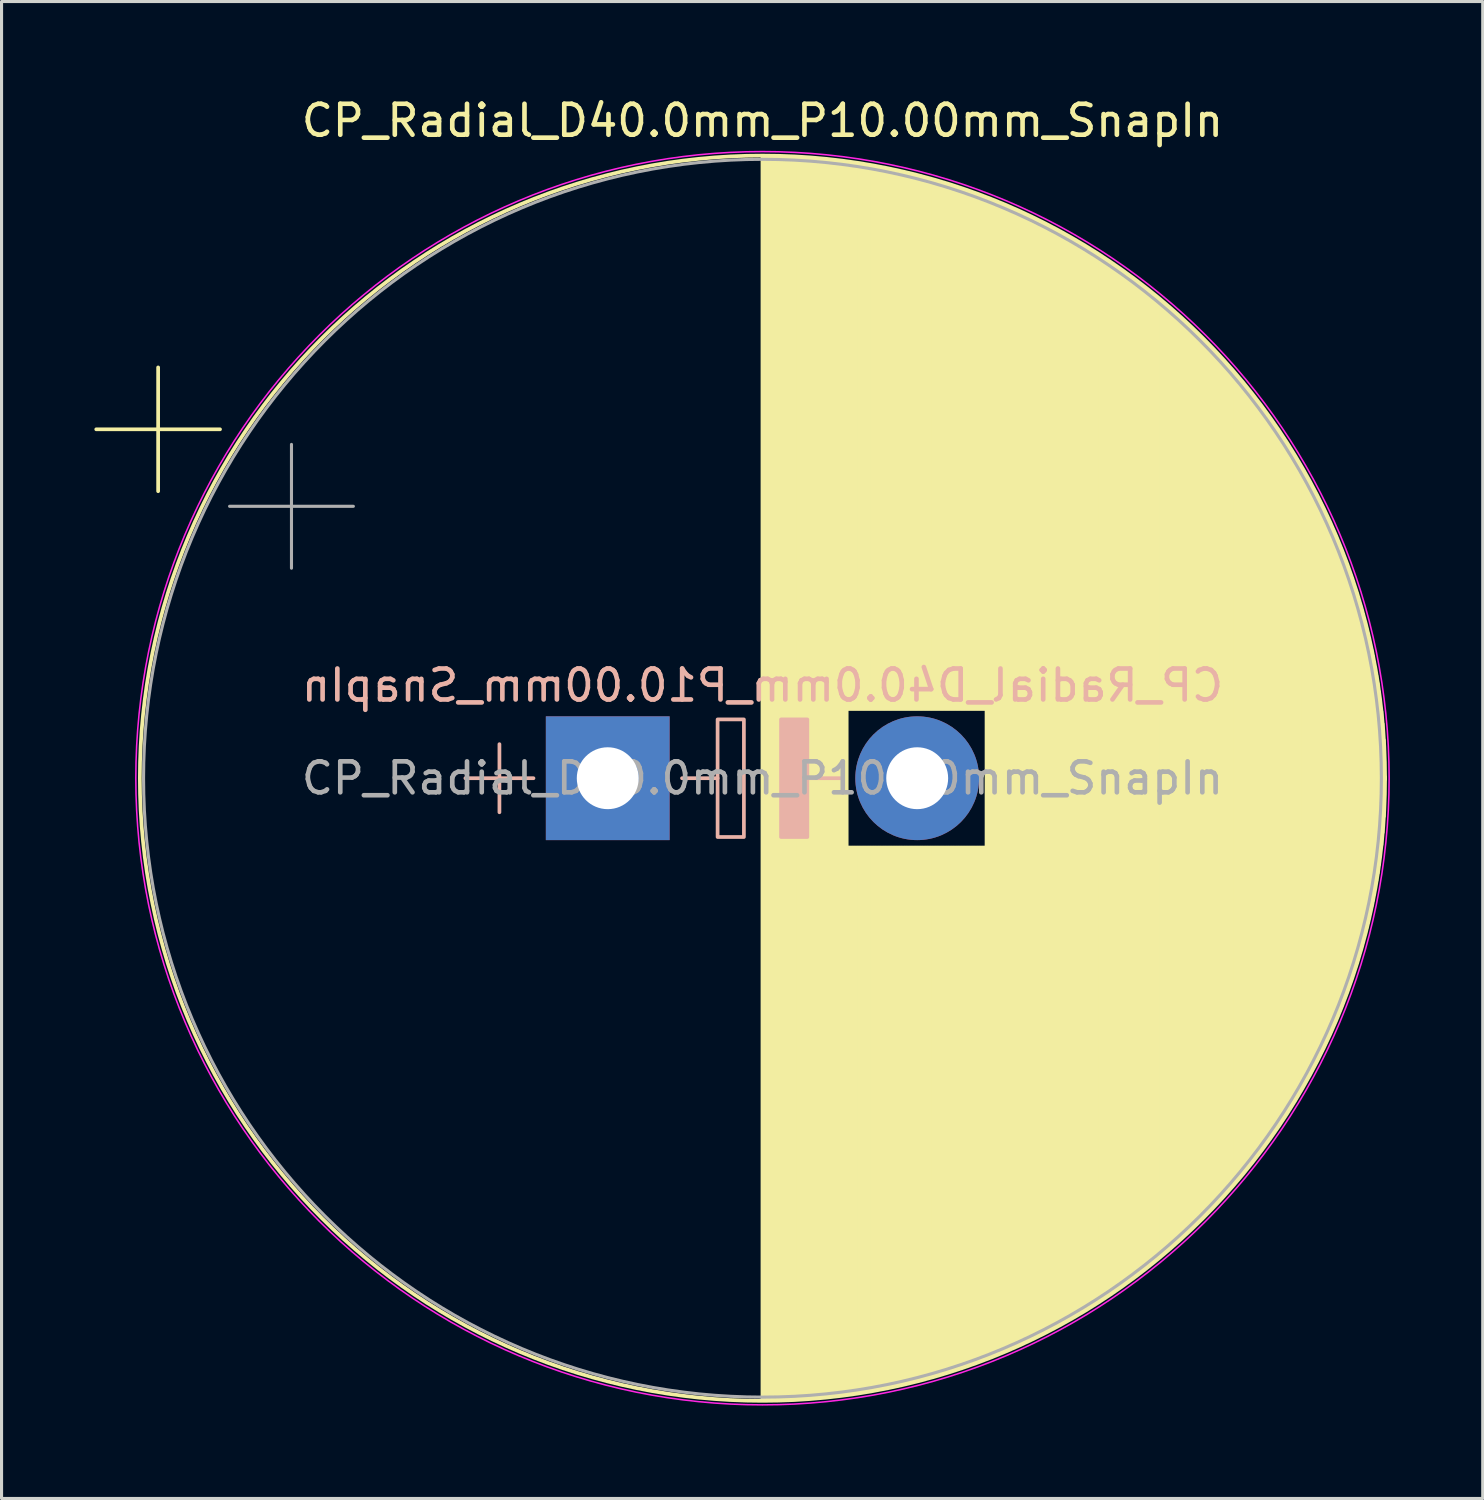
<source format=kicad_pcb>
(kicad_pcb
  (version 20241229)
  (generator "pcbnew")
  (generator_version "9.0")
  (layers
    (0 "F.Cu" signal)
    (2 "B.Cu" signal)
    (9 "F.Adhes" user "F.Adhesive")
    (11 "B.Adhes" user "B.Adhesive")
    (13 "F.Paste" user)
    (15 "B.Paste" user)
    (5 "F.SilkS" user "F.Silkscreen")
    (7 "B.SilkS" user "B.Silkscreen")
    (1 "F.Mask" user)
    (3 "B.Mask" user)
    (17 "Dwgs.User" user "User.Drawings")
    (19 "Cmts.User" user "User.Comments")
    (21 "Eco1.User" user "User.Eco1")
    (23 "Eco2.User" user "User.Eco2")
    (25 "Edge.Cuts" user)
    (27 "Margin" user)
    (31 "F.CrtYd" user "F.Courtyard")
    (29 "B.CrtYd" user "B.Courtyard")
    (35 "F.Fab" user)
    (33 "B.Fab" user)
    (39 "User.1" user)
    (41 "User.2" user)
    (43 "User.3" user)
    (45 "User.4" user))
  (footprint "CP_Radial_D40.0mm_P10.00mm_SnapIn"
    (layer "F.Cu")
    (at 16.589 22.098)
    (property "Reference" "CP_Radial_D40.0mm_P10.00mm_SnapIn" (at 5 -21.25 0) (layer "F.SilkS") (effects (font (size 1 1) (thickness 0.15))))
    (fp_line (start -16.529 -11.275) (end -12.529 -11.275) (stroke (width 0.12) (type solid)) (layer "F.SilkS"))
    (fp_line (start -14.529 -13.275) (end -14.529 -9.275) (stroke (width 0.12) (type solid)) (layer "F.SilkS"))
    (fp_line (start 5 -20.08) (end 5 20.08) (stroke (width 0.12) (type solid)) (layer "F.SilkS"))
    (fp_line (start 5.04 -20.08) (end 5.04 20.08) (stroke (width 0.12) (type solid)) (layer "F.SilkS"))
    (fp_line (start 5.08 -20.08) (end 5.08 20.08) (stroke (width 0.12) (type solid)) (layer "F.SilkS"))
    (fp_line (start 5.12 -20.08) (end 5.12 20.08) (stroke (width 0.12) (type solid)) (layer "F.SilkS"))
    (fp_line (start 5.16 -20.08) (end 5.16 20.08) (stroke (width 0.12) (type solid)) (layer "F.SilkS"))
    (fp_line (start 5.2 -20.08) (end 5.2 20.08) (stroke (width 0.12) (type solid)) (layer "F.SilkS"))
    (fp_line (start 5.24 -20.079) (end 5.24 20.079) (stroke (width 0.12) (type solid)) (layer "F.SilkS"))
    (fp_line (start 5.28 -20.079) (end 5.28 20.079) (stroke (width 0.12) (type solid)) (layer "F.SilkS"))
    (fp_line (start 5.32 -20.078) (end 5.32 20.078) (stroke (width 0.12) (type solid)) (layer "F.SilkS"))
    (fp_line (start 5.36 -20.077) (end 5.36 20.077) (stroke (width 0.12) (type solid)) (layer "F.SilkS"))
    (fp_line (start 5.4 -20.077) (end 5.4 20.077) (stroke (width 0.12) (type solid)) (layer "F.SilkS"))
    (fp_line (start 5.44 -20.076) (end 5.44 20.076) (stroke (width 0.12) (type solid)) (layer "F.SilkS"))
    (fp_line (start 5.48 -20.075) (end 5.48 20.075) (stroke (width 0.12) (type solid)) (layer "F.SilkS"))
    (fp_line (start 5.52 -20.074) (end 5.52 20.074) (stroke (width 0.12) (type solid)) (layer "F.SilkS"))
    (fp_line (start 5.56 -20.073) (end 5.56 20.073) (stroke (width 0.12) (type solid)) (layer "F.SilkS"))
    (fp_line (start 5.6 -20.072) (end 5.6 20.072) (stroke (width 0.12) (type solid)) (layer "F.SilkS"))
    (fp_line (start 5.64 -20.07) (end 5.64 20.07) (stroke (width 0.12) (type solid)) (layer "F.SilkS"))
    (fp_line (start 5.68 -20.069) (end 5.68 20.069) (stroke (width 0.12) (type solid)) (layer "F.SilkS"))
    (fp_line (start 5.721 -20.068) (end 5.721 20.068) (stroke (width 0.12) (type solid)) (layer "F.SilkS"))
    (fp_line (start 5.761 -20.066) (end 5.761 20.066) (stroke (width 0.12) (type solid)) (layer "F.SilkS"))
    (fp_line (start 5.801 -20.065) (end 5.801 20.065) (stroke (width 0.12) (type solid)) (layer "F.SilkS"))
    (fp_line (start 5.841 -20.063) (end 5.841 20.063) (stroke (width 0.12) (type solid)) (layer "F.SilkS"))
    (fp_line (start 5.881 -20.061) (end 5.881 20.061) (stroke (width 0.12) (type solid)) (layer "F.SilkS"))
    (fp_line (start 5.921 -20.059) (end 5.921 20.059) (stroke (width 0.12) (type solid)) (layer "F.SilkS"))
    (fp_line (start 5.961 -20.058) (end 5.961 20.058) (stroke (width 0.12) (type solid)) (layer "F.SilkS"))
    (fp_line (start 6.001 -20.056) (end 6.001 20.056) (stroke (width 0.12) (type solid)) (layer "F.SilkS"))
    (fp_line (start 6.041 -20.054) (end 6.041 20.054) (stroke (width 0.12) (type solid)) (layer "F.SilkS"))
    (fp_line (start 6.081 -20.051) (end 6.081 20.051) (stroke (width 0.12) (type solid)) (layer "F.SilkS"))
    (fp_line (start 6.121 -20.049) (end 6.121 20.049) (stroke (width 0.12) (type solid)) (layer "F.SilkS"))
    (fp_line (start 6.161 -20.047) (end 6.161 20.047) (stroke (width 0.12) (type solid)) (layer "F.SilkS"))
    (fp_line (start 6.201 -20.045) (end 6.201 20.045) (stroke (width 0.12) (type solid)) (layer "F.SilkS"))
    (fp_line (start 6.241 -20.042) (end 6.241 20.042) (stroke (width 0.12) (type solid)) (layer "F.SilkS"))
    (fp_line (start 6.281 -20.04) (end 6.281 20.04) (stroke (width 0.12) (type solid)) (layer "F.SilkS"))
    (fp_line (start 6.321 -20.037) (end 6.321 20.037) (stroke (width 0.12) (type solid)) (layer "F.SilkS"))
    (fp_line (start 6.361 -20.034) (end 6.361 20.034) (stroke (width 0.12) (type solid)) (layer "F.SilkS"))
    (fp_line (start 6.401 -20.032) (end 6.401 20.032) (stroke (width 0.12) (type solid)) (layer "F.SilkS"))
    (fp_line (start 6.441 -20.029) (end 6.441 20.029) (stroke (width 0.12) (type solid)) (layer "F.SilkS"))
    (fp_line (start 6.481 -20.026) (end 6.481 20.026) (stroke (width 0.12) (type solid)) (layer "F.SilkS"))
    (fp_line (start 6.521 -20.023) (end 6.521 20.023) (stroke (width 0.12) (type solid)) (layer "F.SilkS"))
    (fp_line (start 6.561 -20.02) (end 6.561 20.02) (stroke (width 0.12) (type solid)) (layer "F.SilkS"))
    (fp_line (start 6.601 -20.017) (end 6.601 20.017) (stroke (width 0.12) (type solid)) (layer "F.SilkS"))
    (fp_line (start 6.641 -20.014) (end 6.641 20.014) (stroke (width 0.12) (type solid)) (layer "F.SilkS"))
    (fp_line (start 6.681 -20.01) (end 6.681 20.01) (stroke (width 0.12) (type solid)) (layer "F.SilkS"))
    (fp_line (start 6.721 -20.007) (end 6.721 20.007) (stroke (width 0.12) (type solid)) (layer "F.SilkS"))
    (fp_line (start 6.761 -20.003) (end 6.761 20.003) (stroke (width 0.12) (type solid)) (layer "F.SilkS"))
    (fp_line (start 6.801 -20) (end 6.801 20) (stroke (width 0.12) (type solid)) (layer "F.SilkS"))
    (fp_line (start 6.841 -19.996) (end 6.841 19.996) (stroke (width 0.12) (type solid)) (layer "F.SilkS"))
    (fp_line (start 6.881 -19.992) (end 6.881 19.992) (stroke (width 0.12) (type solid)) (layer "F.SilkS"))
    (fp_line (start 6.921 -19.989) (end 6.921 19.989) (stroke (width 0.12) (type solid)) (layer "F.SilkS"))
    (fp_line (start 6.961 -19.985) (end 6.961 19.985) (stroke (width 0.12) (type solid)) (layer "F.SilkS"))
    (fp_line (start 7.001 -19.981) (end 7.001 19.981) (stroke (width 0.12) (type solid)) (layer "F.SilkS"))
    (fp_line (start 7.041 -19.977) (end 7.041 19.977) (stroke (width 0.12) (type solid)) (layer "F.SilkS"))
    (fp_line (start 7.081 -19.973) (end 7.081 19.973) (stroke (width 0.12) (type solid)) (layer "F.SilkS"))
    (fp_line (start 7.121 -19.968) (end 7.121 19.968) (stroke (width 0.12) (type solid)) (layer "F.SilkS"))
    (fp_line (start 7.161 -19.964) (end 7.161 19.964) (stroke (width 0.12) (type solid)) (layer "F.SilkS"))
    (fp_line (start 7.201 -19.96) (end 7.201 19.96) (stroke (width 0.12) (type solid)) (layer "F.SilkS"))
    (fp_line (start 7.241 -19.955) (end 7.241 19.955) (stroke (width 0.12) (type solid)) (layer "F.SilkS"))
    (fp_line (start 7.281 -19.951) (end 7.281 19.951) (stroke (width 0.12) (type solid)) (layer "F.SilkS"))
    (fp_line (start 7.321 -19.946) (end 7.321 19.946) (stroke (width 0.12) (type solid)) (layer "F.SilkS"))
    (fp_line (start 7.361 -19.942) (end 7.361 19.942) (stroke (width 0.12) (type solid)) (layer "F.SilkS"))
    (fp_line (start 7.401 -19.937) (end 7.401 19.937) (stroke (width 0.12) (type solid)) (layer "F.SilkS"))
    (fp_line (start 7.441 -19.932) (end 7.441 19.932) (stroke (width 0.12) (type solid)) (layer "F.SilkS"))
    (fp_line (start 7.481 -19.927) (end 7.481 19.927) (stroke (width 0.12) (type solid)) (layer "F.SilkS"))
    (fp_line (start 7.521 -19.922) (end 7.521 19.922) (stroke (width 0.12) (type solid)) (layer "F.SilkS"))
    (fp_line (start 7.561 -19.917) (end 7.561 19.917) (stroke (width 0.12) (type solid)) (layer "F.SilkS"))
    (fp_line (start 7.601 -19.912) (end 7.601 19.912) (stroke (width 0.12) (type solid)) (layer "F.SilkS"))
    (fp_line (start 7.641 -19.907) (end 7.641 19.907) (stroke (width 0.12) (type solid)) (layer "F.SilkS"))
    (fp_line (start 7.681 -19.901) (end 7.681 19.901) (stroke (width 0.12) (type solid)) (layer "F.SilkS"))
    (fp_line (start 7.721 -19.896) (end 7.721 19.896) (stroke (width 0.12) (type solid)) (layer "F.SilkS"))
    (fp_line (start 7.761 -19.89) (end 7.761 -2.24) (stroke (width 0.12) (type solid)) (layer "F.SilkS"))
    (fp_line (start 7.761 2.24) (end 7.761 19.89) (stroke (width 0.12) (type solid)) (layer "F.SilkS"))
    (fp_line (start 7.801 -19.885) (end 7.801 -2.24) (stroke (width 0.12) (type solid)) (layer "F.SilkS"))
    (fp_line (start 7.801 2.24) (end 7.801 19.885) (stroke (width 0.12) (type solid)) (layer "F.SilkS"))
    (fp_line (start 7.841 -19.879) (end 7.841 -2.24) (stroke (width 0.12) (type solid)) (layer "F.SilkS"))
    (fp_line (start 7.841 2.24) (end 7.841 19.879) (stroke (width 0.12) (type solid)) (layer "F.SilkS"))
    (fp_line (start 7.881 -19.873) (end 7.881 -2.24) (stroke (width 0.12) (type solid)) (layer "F.SilkS"))
    (fp_line (start 7.881 2.24) (end 7.881 19.873) (stroke (width 0.12) (type solid)) (layer "F.SilkS"))
    (fp_line (start 7.921 -19.867) (end 7.921 -2.24) (stroke (width 0.12) (type solid)) (layer "F.SilkS"))
    (fp_line (start 7.921 2.24) (end 7.921 19.867) (stroke (width 0.12) (type solid)) (layer "F.SilkS"))
    (fp_line (start 7.961 -19.862) (end 7.961 -2.24) (stroke (width 0.12) (type solid)) (layer "F.SilkS"))
    (fp_line (start 7.961 2.24) (end 7.961 19.862) (stroke (width 0.12) (type solid)) (layer "F.SilkS"))
    (fp_line (start 8.001 -19.856) (end 8.001 -2.24) (stroke (width 0.12) (type solid)) (layer "F.SilkS"))
    (fp_line (start 8.001 2.24) (end 8.001 19.856) (stroke (width 0.12) (type solid)) (layer "F.SilkS"))
    (fp_line (start 8.041 -19.85) (end 8.041 -2.24) (stroke (width 0.12) (type solid)) (layer "F.SilkS"))
    (fp_line (start 8.041 2.24) (end 8.041 19.85) (stroke (width 0.12) (type solid)) (layer "F.SilkS"))
    (fp_line (start 8.081 -19.843) (end 8.081 -2.24) (stroke (width 0.12) (type solid)) (layer "F.SilkS"))
    (fp_line (start 8.081 2.24) (end 8.081 19.843) (stroke (width 0.12) (type solid)) (layer "F.SilkS"))
    (fp_line (start 8.121 -19.837) (end 8.121 -2.24) (stroke (width 0.12) (type solid)) (layer "F.SilkS"))
    (fp_line (start 8.121 2.24) (end 8.121 19.837) (stroke (width 0.12) (type solid)) (layer "F.SilkS"))
    (fp_line (start 8.161 -19.831) (end 8.161 -2.24) (stroke (width 0.12) (type solid)) (layer "F.SilkS"))
    (fp_line (start 8.161 2.24) (end 8.161 19.831) (stroke (width 0.12) (type solid)) (layer "F.SilkS"))
    (fp_line (start 8.201 -19.824) (end 8.201 -2.24) (stroke (width 0.12) (type solid)) (layer "F.SilkS"))
    (fp_line (start 8.201 2.24) (end 8.201 19.824) (stroke (width 0.12) (type solid)) (layer "F.SilkS"))
    (fp_line (start 8.241 -19.818) (end 8.241 -2.24) (stroke (width 0.12) (type solid)) (layer "F.SilkS"))
    (fp_line (start 8.241 2.24) (end 8.241 19.818) (stroke (width 0.12) (type solid)) (layer "F.SilkS"))
    (fp_line (start 8.281 -19.811) (end 8.281 -2.24) (stroke (width 0.12) (type solid)) (layer "F.SilkS"))
    (fp_line (start 8.281 2.24) (end 8.281 19.811) (stroke (width 0.12) (type solid)) (layer "F.SilkS"))
    (fp_line (start 8.321 -19.805) (end 8.321 -2.24) (stroke (width 0.12) (type solid)) (layer "F.SilkS"))
    (fp_line (start 8.321 2.24) (end 8.321 19.805) (stroke (width 0.12) (type solid)) (layer "F.SilkS"))
    (fp_line (start 8.361 -19.798) (end 8.361 -2.24) (stroke (width 0.12) (type solid)) (layer "F.SilkS"))
    (fp_line (start 8.361 2.24) (end 8.361 19.798) (stroke (width 0.12) (type solid)) (layer "F.SilkS"))
    (fp_line (start 8.401 -19.791) (end 8.401 -2.24) (stroke (width 0.12) (type solid)) (layer "F.SilkS"))
    (fp_line (start 8.401 2.24) (end 8.401 19.791) (stroke (width 0.12) (type solid)) (layer "F.SilkS"))
    (fp_line (start 8.441 -19.784) (end 8.441 -2.24) (stroke (width 0.12) (type solid)) (layer "F.SilkS"))
    (fp_line (start 8.441 2.24) (end 8.441 19.784) (stroke (width 0.12) (type solid)) (layer "F.SilkS"))
    (fp_line (start 8.481 -19.777) (end 8.481 -2.24) (stroke (width 0.12) (type solid)) (layer "F.SilkS"))
    (fp_line (start 8.481 2.24) (end 8.481 19.777) (stroke (width 0.12) (type solid)) (layer "F.SilkS"))
    (fp_line (start 8.521 -19.77) (end 8.521 -2.24) (stroke (width 0.12) (type solid)) (layer "F.SilkS"))
    (fp_line (start 8.521 2.24) (end 8.521 19.77) (stroke (width 0.12) (type solid)) (layer "F.SilkS"))
    (fp_line (start 8.561 -19.763) (end 8.561 -2.24) (stroke (width 0.12) (type solid)) (layer "F.SilkS"))
    (fp_line (start 8.561 2.24) (end 8.561 19.763) (stroke (width 0.12) (type solid)) (layer "F.SilkS"))
    (fp_line (start 8.601 -19.756) (end 8.601 -2.24) (stroke (width 0.12) (type solid)) (layer "F.SilkS"))
    (fp_line (start 8.601 2.24) (end 8.601 19.756) (stroke (width 0.12) (type solid)) (layer "F.SilkS"))
    (fp_line (start 8.641 -19.748) (end 8.641 -2.24) (stroke (width 0.12) (type solid)) (layer "F.SilkS"))
    (fp_line (start 8.641 2.24) (end 8.641 19.748) (stroke (width 0.12) (type solid)) (layer "F.SilkS"))
    (fp_line (start 8.681 -19.741) (end 8.681 -2.24) (stroke (width 0.12) (type solid)) (layer "F.SilkS"))
    (fp_line (start 8.681 2.24) (end 8.681 19.741) (stroke (width 0.12) (type solid)) (layer "F.SilkS"))
    (fp_line (start 8.721 -19.734) (end 8.721 -2.24) (stroke (width 0.12) (type solid)) (layer "F.SilkS"))
    (fp_line (start 8.721 2.24) (end 8.721 19.734) (stroke (width 0.12) (type solid)) (layer "F.SilkS"))
    (fp_line (start 8.761 -19.726) (end 8.761 -2.24) (stroke (width 0.12) (type solid)) (layer "F.SilkS"))
    (fp_line (start 8.761 2.24) (end 8.761 19.726) (stroke (width 0.12) (type solid)) (layer "F.SilkS"))
    (fp_line (start 8.801 -19.718) (end 8.801 -2.24) (stroke (width 0.12) (type solid)) (layer "F.SilkS"))
    (fp_line (start 8.801 2.24) (end 8.801 19.718) (stroke (width 0.12) (type solid)) (layer "F.SilkS"))
    (fp_line (start 8.841 -19.711) (end 8.841 -2.24) (stroke (width 0.12) (type solid)) (layer "F.SilkS"))
    (fp_line (start 8.841 2.24) (end 8.841 19.711) (stroke (width 0.12) (type solid)) (layer "F.SilkS"))
    (fp_line (start 8.881 -19.703) (end 8.881 -2.24) (stroke (width 0.12) (type solid)) (layer "F.SilkS"))
    (fp_line (start 8.881 2.24) (end 8.881 19.703) (stroke (width 0.12) (type solid)) (layer "F.SilkS"))
    (fp_line (start 8.921 -19.695) (end 8.921 -2.24) (stroke (width 0.12) (type solid)) (layer "F.SilkS"))
    (fp_line (start 8.921 2.24) (end 8.921 19.695) (stroke (width 0.12) (type solid)) (layer "F.SilkS"))
    (fp_line (start 8.961 -19.687) (end 8.961 -2.24) (stroke (width 0.12) (type solid)) (layer "F.SilkS"))
    (fp_line (start 8.961 2.24) (end 8.961 19.687) (stroke (width 0.12) (type solid)) (layer "F.SilkS"))
    (fp_line (start 9.001 -19.679) (end 9.001 -2.24) (stroke (width 0.12) (type solid)) (layer "F.SilkS"))
    (fp_line (start 9.001 2.24) (end 9.001 19.679) (stroke (width 0.12) (type solid)) (layer "F.SilkS"))
    (fp_line (start 9.041 -19.671) (end 9.041 -2.24) (stroke (width 0.12) (type solid)) (layer "F.SilkS"))
    (fp_line (start 9.041 2.24) (end 9.041 19.671) (stroke (width 0.12) (type solid)) (layer "F.SilkS"))
    (fp_line (start 9.081 -19.662) (end 9.081 -2.24) (stroke (width 0.12) (type solid)) (layer "F.SilkS"))
    (fp_line (start 9.081 2.24) (end 9.081 19.662) (stroke (width 0.12) (type solid)) (layer "F.SilkS"))
    (fp_line (start 9.121 -19.654) (end 9.121 -2.24) (stroke (width 0.12) (type solid)) (layer "F.SilkS"))
    (fp_line (start 9.121 2.24) (end 9.121 19.654) (stroke (width 0.12) (type solid)) (layer "F.SilkS"))
    (fp_line (start 9.161 -19.646) (end 9.161 -2.24) (stroke (width 0.12) (type solid)) (layer "F.SilkS"))
    (fp_line (start 9.161 2.24) (end 9.161 19.646) (stroke (width 0.12) (type solid)) (layer "F.SilkS"))
    (fp_line (start 9.201 -19.637) (end 9.201 -2.24) (stroke (width 0.12) (type solid)) (layer "F.SilkS"))
    (fp_line (start 9.201 2.24) (end 9.201 19.637) (stroke (width 0.12) (type solid)) (layer "F.SilkS"))
    (fp_line (start 9.241 -19.629) (end 9.241 -2.24) (stroke (width 0.12) (type solid)) (layer "F.SilkS"))
    (fp_line (start 9.241 2.24) (end 9.241 19.629) (stroke (width 0.12) (type solid)) (layer "F.SilkS"))
    (fp_line (start 9.281 -19.62) (end 9.281 -2.24) (stroke (width 0.12) (type solid)) (layer "F.SilkS"))
    (fp_line (start 9.281 2.24) (end 9.281 19.62) (stroke (width 0.12) (type solid)) (layer "F.SilkS"))
    (fp_line (start 9.321 -19.611) (end 9.321 -2.24) (stroke (width 0.12) (type solid)) (layer "F.SilkS"))
    (fp_line (start 9.321 2.24) (end 9.321 19.611) (stroke (width 0.12) (type solid)) (layer "F.SilkS"))
    (fp_line (start 9.361 -19.602) (end 9.361 -2.24) (stroke (width 0.12) (type solid)) (layer "F.SilkS"))
    (fp_line (start 9.361 2.24) (end 9.361 19.602) (stroke (width 0.12) (type solid)) (layer "F.SilkS"))
    (fp_line (start 9.401 -19.593) (end 9.401 -2.24) (stroke (width 0.12) (type solid)) (layer "F.SilkS"))
    (fp_line (start 9.401 2.24) (end 9.401 19.593) (stroke (width 0.12) (type solid)) (layer "F.SilkS"))
    (fp_line (start 9.441 -19.584) (end 9.441 -2.24) (stroke (width 0.12) (type solid)) (layer "F.SilkS"))
    (fp_line (start 9.441 2.24) (end 9.441 19.584) (stroke (width 0.12) (type solid)) (layer "F.SilkS"))
    (fp_line (start 9.481 -19.575) (end 9.481 -2.24) (stroke (width 0.12) (type solid)) (layer "F.SilkS"))
    (fp_line (start 9.481 2.24) (end 9.481 19.575) (stroke (width 0.12) (type solid)) (layer "F.SilkS"))
    (fp_line (start 9.521 -19.566) (end 9.521 -2.24) (stroke (width 0.12) (type solid)) (layer "F.SilkS"))
    (fp_line (start 9.521 2.24) (end 9.521 19.566) (stroke (width 0.12) (type solid)) (layer "F.SilkS"))
    (fp_line (start 9.561 -19.557) (end 9.561 -2.24) (stroke (width 0.12) (type solid)) (layer "F.SilkS"))
    (fp_line (start 9.561 2.24) (end 9.561 19.557) (stroke (width 0.12) (type solid)) (layer "F.SilkS"))
    (fp_line (start 9.601 -19.548) (end 9.601 -2.24) (stroke (width 0.12) (type solid)) (layer "F.SilkS"))
    (fp_line (start 9.601 2.24) (end 9.601 19.548) (stroke (width 0.12) (type solid)) (layer "F.SilkS"))
    (fp_line (start 9.641 -19.538) (end 9.641 -2.24) (stroke (width 0.12) (type solid)) (layer "F.SilkS"))
    (fp_line (start 9.641 2.24) (end 9.641 19.538) (stroke (width 0.12) (type solid)) (layer "F.SilkS"))
    (fp_line (start 9.681 -19.529) (end 9.681 -2.24) (stroke (width 0.12) (type solid)) (layer "F.SilkS"))
    (fp_line (start 9.681 2.24) (end 9.681 19.529) (stroke (width 0.12) (type solid)) (layer "F.SilkS"))
    (fp_line (start 9.721 -19.519) (end 9.721 -2.24) (stroke (width 0.12) (type solid)) (layer "F.SilkS"))
    (fp_line (start 9.721 2.24) (end 9.721 19.519) (stroke (width 0.12) (type solid)) (layer "F.SilkS"))
    (fp_line (start 9.761 -19.509) (end 9.761 -2.24) (stroke (width 0.12) (type solid)) (layer "F.SilkS"))
    (fp_line (start 9.761 2.24) (end 9.761 19.509) (stroke (width 0.12) (type solid)) (layer "F.SilkS"))
    (fp_line (start 9.801 -19.5) (end 9.801 -2.24) (stroke (width 0.12) (type solid)) (layer "F.SilkS"))
    (fp_line (start 9.801 2.24) (end 9.801 19.5) (stroke (width 0.12) (type solid)) (layer "F.SilkS"))
    (fp_line (start 9.841 -19.49) (end 9.841 -2.24) (stroke (width 0.12) (type solid)) (layer "F.SilkS"))
    (fp_line (start 9.841 2.24) (end 9.841 19.49) (stroke (width 0.12) (type solid)) (layer "F.SilkS"))
    (fp_line (start 9.881 -19.48) (end 9.881 -2.24) (stroke (width 0.12) (type solid)) (layer "F.SilkS"))
    (fp_line (start 9.881 2.24) (end 9.881 19.48) (stroke (width 0.12) (type solid)) (layer "F.SilkS"))
    (fp_line (start 9.921 -19.47) (end 9.921 -2.24) (stroke (width 0.12) (type solid)) (layer "F.SilkS"))
    (fp_line (start 9.921 2.24) (end 9.921 19.47) (stroke (width 0.12) (type solid)) (layer "F.SilkS"))
    (fp_line (start 9.961 -19.46) (end 9.961 -2.24) (stroke (width 0.12) (type solid)) (layer "F.SilkS"))
    (fp_line (start 9.961 2.24) (end 9.961 19.46) (stroke (width 0.12) (type solid)) (layer "F.SilkS"))
    (fp_line (start 10.001 -19.449) (end 10.001 -2.24) (stroke (width 0.12) (type solid)) (layer "F.SilkS"))
    (fp_line (start 10.001 2.24) (end 10.001 19.449) (stroke (width 0.12) (type solid)) (layer "F.SilkS"))
    (fp_line (start 10.041 -19.439) (end 10.041 -2.24) (stroke (width 0.12) (type solid)) (layer "F.SilkS"))
    (fp_line (start 10.041 2.24) (end 10.041 19.439) (stroke (width 0.12) (type solid)) (layer "F.SilkS"))
    (fp_line (start 10.081 -19.429) (end 10.081 -2.24) (stroke (width 0.12) (type solid)) (layer "F.SilkS"))
    (fp_line (start 10.081 2.24) (end 10.081 19.429) (stroke (width 0.12) (type solid)) (layer "F.SilkS"))
    (fp_line (start 10.121 -19.418) (end 10.121 -2.24) (stroke (width 0.12) (type solid)) (layer "F.SilkS"))
    (fp_line (start 10.121 2.24) (end 10.121 19.418) (stroke (width 0.12) (type solid)) (layer "F.SilkS"))
    (fp_line (start 10.161 -19.408) (end 10.161 -2.24) (stroke (width 0.12) (type solid)) (layer "F.SilkS"))
    (fp_line (start 10.161 2.24) (end 10.161 19.408) (stroke (width 0.12) (type solid)) (layer "F.SilkS"))
    (fp_line (start 10.201 -19.397) (end 10.201 -2.24) (stroke (width 0.12) (type solid)) (layer "F.SilkS"))
    (fp_line (start 10.201 2.24) (end 10.201 19.397) (stroke (width 0.12) (type solid)) (layer "F.SilkS"))
    (fp_line (start 10.241 -19.386) (end 10.241 -2.24) (stroke (width 0.12) (type solid)) (layer "F.SilkS"))
    (fp_line (start 10.241 2.24) (end 10.241 19.386) (stroke (width 0.12) (type solid)) (layer "F.SilkS"))
    (fp_line (start 10.281 -19.375) (end 10.281 -2.24) (stroke (width 0.12) (type solid)) (layer "F.SilkS"))
    (fp_line (start 10.281 2.24) (end 10.281 19.375) (stroke (width 0.12) (type solid)) (layer "F.SilkS"))
    (fp_line (start 10.321 -19.364) (end 10.321 -2.24) (stroke (width 0.12) (type solid)) (layer "F.SilkS"))
    (fp_line (start 10.321 2.24) (end 10.321 19.364) (stroke (width 0.12) (type solid)) (layer "F.SilkS"))
    (fp_line (start 10.361 -19.353) (end 10.361 -2.24) (stroke (width 0.12) (type solid)) (layer "F.SilkS"))
    (fp_line (start 10.361 2.24) (end 10.361 19.353) (stroke (width 0.12) (type solid)) (layer "F.SilkS"))
    (fp_line (start 10.401 -19.342) (end 10.401 -2.24) (stroke (width 0.12) (type solid)) (layer "F.SilkS"))
    (fp_line (start 10.401 2.24) (end 10.401 19.342) (stroke (width 0.12) (type solid)) (layer "F.SilkS"))
    (fp_line (start 10.441 -19.331) (end 10.441 -2.24) (stroke (width 0.12) (type solid)) (layer "F.SilkS"))
    (fp_line (start 10.441 2.24) (end 10.441 19.331) (stroke (width 0.12) (type solid)) (layer "F.SilkS"))
    (fp_line (start 10.481 -19.32) (end 10.481 -2.24) (stroke (width 0.12) (type solid)) (layer "F.SilkS"))
    (fp_line (start 10.481 2.24) (end 10.481 19.32) (stroke (width 0.12) (type solid)) (layer "F.SilkS"))
    (fp_line (start 10.521 -19.308) (end 10.521 -2.24) (stroke (width 0.12) (type solid)) (layer "F.SilkS"))
    (fp_line (start 10.521 2.24) (end 10.521 19.308) (stroke (width 0.12) (type solid)) (layer "F.SilkS"))
    (fp_line (start 10.561 -19.297) (end 10.561 -2.24) (stroke (width 0.12) (type solid)) (layer "F.SilkS"))
    (fp_line (start 10.561 2.24) (end 10.561 19.297) (stroke (width 0.12) (type solid)) (layer "F.SilkS"))
    (fp_line (start 10.601 -19.285) (end 10.601 -2.24) (stroke (width 0.12) (type solid)) (layer "F.SilkS"))
    (fp_line (start 10.601 2.24) (end 10.601 19.285) (stroke (width 0.12) (type solid)) (layer "F.SilkS"))
    (fp_line (start 10.641 -19.274) (end 10.641 -2.24) (stroke (width 0.12) (type solid)) (layer "F.SilkS"))
    (fp_line (start 10.641 2.24) (end 10.641 19.274) (stroke (width 0.12) (type solid)) (layer "F.SilkS"))
    (fp_line (start 10.681 -19.262) (end 10.681 -2.24) (stroke (width 0.12) (type solid)) (layer "F.SilkS"))
    (fp_line (start 10.681 2.24) (end 10.681 19.262) (stroke (width 0.12) (type solid)) (layer "F.SilkS"))
    (fp_line (start 10.721 -19.25) (end 10.721 -2.24) (stroke (width 0.12) (type solid)) (layer "F.SilkS"))
    (fp_line (start 10.721 2.24) (end 10.721 19.25) (stroke (width 0.12) (type solid)) (layer "F.SilkS"))
    (fp_line (start 10.761 -19.238) (end 10.761 -2.24) (stroke (width 0.12) (type solid)) (layer "F.SilkS"))
    (fp_line (start 10.761 2.24) (end 10.761 19.238) (stroke (width 0.12) (type solid)) (layer "F.SilkS"))
    (fp_line (start 10.801 -19.226) (end 10.801 -2.24) (stroke (width 0.12) (type solid)) (layer "F.SilkS"))
    (fp_line (start 10.801 2.24) (end 10.801 19.226) (stroke (width 0.12) (type solid)) (layer "F.SilkS"))
    (fp_line (start 10.841 -19.214) (end 10.841 -2.24) (stroke (width 0.12) (type solid)) (layer "F.SilkS"))
    (fp_line (start 10.841 2.24) (end 10.841 19.214) (stroke (width 0.12) (type solid)) (layer "F.SilkS"))
    (fp_line (start 10.881 -19.202) (end 10.881 -2.24) (stroke (width 0.12) (type solid)) (layer "F.SilkS"))
    (fp_line (start 10.881 2.24) (end 10.881 19.202) (stroke (width 0.12) (type solid)) (layer "F.SilkS"))
    (fp_line (start 10.921 -19.19) (end 10.921 -2.24) (stroke (width 0.12) (type solid)) (layer "F.SilkS"))
    (fp_line (start 10.921 2.24) (end 10.921 19.19) (stroke (width 0.12) (type solid)) (layer "F.SilkS"))
    (fp_line (start 10.961 -19.177) (end 10.961 -2.24) (stroke (width 0.12) (type solid)) (layer "F.SilkS"))
    (fp_line (start 10.961 2.24) (end 10.961 19.177) (stroke (width 0.12) (type solid)) (layer "F.SilkS"))
    (fp_line (start 11.001 -19.165) (end 11.001 -2.24) (stroke (width 0.12) (type solid)) (layer "F.SilkS"))
    (fp_line (start 11.001 2.24) (end 11.001 19.165) (stroke (width 0.12) (type solid)) (layer "F.SilkS"))
    (fp_line (start 11.041 -19.152) (end 11.041 -2.24) (stroke (width 0.12) (type solid)) (layer "F.SilkS"))
    (fp_line (start 11.041 2.24) (end 11.041 19.152) (stroke (width 0.12) (type solid)) (layer "F.SilkS"))
    (fp_line (start 11.081 -19.14) (end 11.081 -2.24) (stroke (width 0.12) (type solid)) (layer "F.SilkS"))
    (fp_line (start 11.081 2.24) (end 11.081 19.14) (stroke (width 0.12) (type solid)) (layer "F.SilkS"))
    (fp_line (start 11.121 -19.127) (end 11.121 -2.24) (stroke (width 0.12) (type solid)) (layer "F.SilkS"))
    (fp_line (start 11.121 2.24) (end 11.121 19.127) (stroke (width 0.12) (type solid)) (layer "F.SilkS"))
    (fp_line (start 11.161 -19.114) (end 11.161 -2.24) (stroke (width 0.12) (type solid)) (layer "F.SilkS"))
    (fp_line (start 11.161 2.24) (end 11.161 19.114) (stroke (width 0.12) (type solid)) (layer "F.SilkS"))
    (fp_line (start 11.201 -19.101) (end 11.201 -2.24) (stroke (width 0.12) (type solid)) (layer "F.SilkS"))
    (fp_line (start 11.201 2.24) (end 11.201 19.101) (stroke (width 0.12) (type solid)) (layer "F.SilkS"))
    (fp_line (start 11.241 -19.088) (end 11.241 -2.24) (stroke (width 0.12) (type solid)) (layer "F.SilkS"))
    (fp_line (start 11.241 2.24) (end 11.241 19.088) (stroke (width 0.12) (type solid)) (layer "F.SilkS"))
    (fp_line (start 11.281 -19.075) (end 11.281 -2.24) (stroke (width 0.12) (type solid)) (layer "F.SilkS"))
    (fp_line (start 11.281 2.24) (end 11.281 19.075) (stroke (width 0.12) (type solid)) (layer "F.SilkS"))
    (fp_line (start 11.321 -19.062) (end 11.321 -2.24) (stroke (width 0.12) (type solid)) (layer "F.SilkS"))
    (fp_line (start 11.321 2.24) (end 11.321 19.062) (stroke (width 0.12) (type solid)) (layer "F.SilkS"))
    (fp_line (start 11.361 -19.049) (end 11.361 -2.24) (stroke (width 0.12) (type solid)) (layer "F.SilkS"))
    (fp_line (start 11.361 2.24) (end 11.361 19.049) (stroke (width 0.12) (type solid)) (layer "F.SilkS"))
    (fp_line (start 11.401 -19.035) (end 11.401 -2.24) (stroke (width 0.12) (type solid)) (layer "F.SilkS"))
    (fp_line (start 11.401 2.24) (end 11.401 19.035) (stroke (width 0.12) (type solid)) (layer "F.SilkS"))
    (fp_line (start 11.441 -19.022) (end 11.441 -2.24) (stroke (width 0.12) (type solid)) (layer "F.SilkS"))
    (fp_line (start 11.441 2.24) (end 11.441 19.022) (stroke (width 0.12) (type solid)) (layer "F.SilkS"))
    (fp_line (start 11.481 -19.008) (end 11.481 -2.24) (stroke (width 0.12) (type solid)) (layer "F.SilkS"))
    (fp_line (start 11.481 2.24) (end 11.481 19.008) (stroke (width 0.12) (type solid)) (layer "F.SilkS"))
    (fp_line (start 11.521 -18.995) (end 11.521 -2.24) (stroke (width 0.12) (type solid)) (layer "F.SilkS"))
    (fp_line (start 11.521 2.24) (end 11.521 18.995) (stroke (width 0.12) (type solid)) (layer "F.SilkS"))
    (fp_line (start 11.561 -18.981) (end 11.561 -2.24) (stroke (width 0.12) (type solid)) (layer "F.SilkS"))
    (fp_line (start 11.561 2.24) (end 11.561 18.981) (stroke (width 0.12) (type solid)) (layer "F.SilkS"))
    (fp_line (start 11.601 -18.967) (end 11.601 -2.24) (stroke (width 0.12) (type solid)) (layer "F.SilkS"))
    (fp_line (start 11.601 2.24) (end 11.601 18.967) (stroke (width 0.12) (type solid)) (layer "F.SilkS"))
    (fp_line (start 11.641 -18.953) (end 11.641 -2.24) (stroke (width 0.12) (type solid)) (layer "F.SilkS"))
    (fp_line (start 11.641 2.24) (end 11.641 18.953) (stroke (width 0.12) (type solid)) (layer "F.SilkS"))
    (fp_line (start 11.681 -18.939) (end 11.681 -2.24) (stroke (width 0.12) (type solid)) (layer "F.SilkS"))
    (fp_line (start 11.681 2.24) (end 11.681 18.939) (stroke (width 0.12) (type solid)) (layer "F.SilkS"))
    (fp_line (start 11.721 -18.925) (end 11.721 -2.24) (stroke (width 0.12) (type solid)) (layer "F.SilkS"))
    (fp_line (start 11.721 2.24) (end 11.721 18.925) (stroke (width 0.12) (type solid)) (layer "F.SilkS"))
    (fp_line (start 11.761 -18.911) (end 11.761 -2.24) (stroke (width 0.12) (type solid)) (layer "F.SilkS"))
    (fp_line (start 11.761 2.24) (end 11.761 18.911) (stroke (width 0.12) (type solid)) (layer "F.SilkS"))
    (fp_line (start 11.801 -18.897) (end 11.801 -2.24) (stroke (width 0.12) (type solid)) (layer "F.SilkS"))
    (fp_line (start 11.801 2.24) (end 11.801 18.897) (stroke (width 0.12) (type solid)) (layer "F.SilkS"))
    (fp_line (start 11.841 -18.882) (end 11.841 -2.24) (stroke (width 0.12) (type solid)) (layer "F.SilkS"))
    (fp_line (start 11.841 2.24) (end 11.841 18.882) (stroke (width 0.12) (type solid)) (layer "F.SilkS"))
    (fp_line (start 11.881 -18.868) (end 11.881 -2.24) (stroke (width 0.12) (type solid)) (layer "F.SilkS"))
    (fp_line (start 11.881 2.24) (end 11.881 18.868) (stroke (width 0.12) (type solid)) (layer "F.SilkS"))
    (fp_line (start 11.921 -18.853) (end 11.921 -2.24) (stroke (width 0.12) (type solid)) (layer "F.SilkS"))
    (fp_line (start 11.921 2.24) (end 11.921 18.853) (stroke (width 0.12) (type solid)) (layer "F.SilkS"))
    (fp_line (start 11.961 -18.838) (end 11.961 -2.24) (stroke (width 0.12) (type solid)) (layer "F.SilkS"))
    (fp_line (start 11.961 2.24) (end 11.961 18.838) (stroke (width 0.12) (type solid)) (layer "F.SilkS"))
    (fp_line (start 12.001 -18.824) (end 12.001 -2.24) (stroke (width 0.12) (type solid)) (layer "F.SilkS"))
    (fp_line (start 12.001 2.24) (end 12.001 18.824) (stroke (width 0.12) (type solid)) (layer "F.SilkS"))
    (fp_line (start 12.041 -18.809) (end 12.041 -2.24) (stroke (width 0.12) (type solid)) (layer "F.SilkS"))
    (fp_line (start 12.041 2.24) (end 12.041 18.809) (stroke (width 0.12) (type solid)) (layer "F.SilkS"))
    (fp_line (start 12.081 -18.794) (end 12.081 -2.24) (stroke (width 0.12) (type solid)) (layer "F.SilkS"))
    (fp_line (start 12.081 2.24) (end 12.081 18.794) (stroke (width 0.12) (type solid)) (layer "F.SilkS"))
    (fp_line (start 12.121 -18.779) (end 12.121 -2.24) (stroke (width 0.12) (type solid)) (layer "F.SilkS"))
    (fp_line (start 12.121 2.24) (end 12.121 18.779) (stroke (width 0.12) (type solid)) (layer "F.SilkS"))
    (fp_line (start 12.161 -18.763) (end 12.161 -2.24) (stroke (width 0.12) (type solid)) (layer "F.SilkS"))
    (fp_line (start 12.161 2.24) (end 12.161 18.763) (stroke (width 0.12) (type solid)) (layer "F.SilkS"))
    (fp_line (start 12.201 -18.748) (end 12.201 -2.24) (stroke (width 0.12) (type solid)) (layer "F.SilkS"))
    (fp_line (start 12.201 2.24) (end 12.201 18.748) (stroke (width 0.12) (type solid)) (layer "F.SilkS"))
    (fp_line (start 12.241 -18.733) (end 12.241 18.733) (stroke (width 0.12) (type solid)) (layer "F.SilkS"))
    (fp_line (start 12.281 -18.717) (end 12.281 18.717) (stroke (width 0.12) (type solid)) (layer "F.SilkS"))
    (fp_line (start 12.321 -18.702) (end 12.321 18.702) (stroke (width 0.12) (type solid)) (layer "F.SilkS"))
    (fp_line (start 12.361 -18.686) (end 12.361 18.686) (stroke (width 0.12) (type solid)) (layer "F.SilkS"))
    (fp_line (start 12.401 -18.67) (end 12.401 18.67) (stroke (width 0.12) (type solid)) (layer "F.SilkS"))
    (fp_line (start 12.441 -18.654) (end 12.441 18.654) (stroke (width 0.12) (type solid)) (layer "F.SilkS"))
    (fp_line (start 12.481 -18.638) (end 12.481 18.638) (stroke (width 0.12) (type solid)) (layer "F.SilkS"))
    (fp_line (start 12.521 -18.622) (end 12.521 18.622) (stroke (width 0.12) (type solid)) (layer "F.SilkS"))
    (fp_line (start 12.561 -18.606) (end 12.561 18.606) (stroke (width 0.12) (type solid)) (layer "F.SilkS"))
    (fp_line (start 12.601 -18.59) (end 12.601 18.59) (stroke (width 0.12) (type solid)) (layer "F.SilkS"))
    (fp_line (start 12.641 -18.574) (end 12.641 18.574) (stroke (width 0.12) (type solid)) (layer "F.SilkS"))
    (fp_line (start 12.681 -18.557) (end 12.681 18.557) (stroke (width 0.12) (type solid)) (layer "F.SilkS"))
    (fp_line (start 12.721 -18.54) (end 12.721 18.54) (stroke (width 0.12) (type solid)) (layer "F.SilkS"))
    (fp_line (start 12.761 -18.524) (end 12.761 18.524) (stroke (width 0.12) (type solid)) (layer "F.SilkS"))
    (fp_line (start 12.801 -18.507) (end 12.801 18.507) (stroke (width 0.12) (type solid)) (layer "F.SilkS"))
    (fp_line (start 12.841 -18.49) (end 12.841 18.49) (stroke (width 0.12) (type solid)) (layer "F.SilkS"))
    (fp_line (start 12.881 -18.473) (end 12.881 18.473) (stroke (width 0.12) (type solid)) (layer "F.SilkS"))
    (fp_line (start 12.921 -18.456) (end 12.921 18.456) (stroke (width 0.12) (type solid)) (layer "F.SilkS"))
    (fp_line (start 12.961 -18.439) (end 12.961 18.439) (stroke (width 0.12) (type solid)) (layer "F.SilkS"))
    (fp_line (start 13.001 -18.422) (end 13.001 18.422) (stroke (width 0.12) (type solid)) (layer "F.SilkS"))
    (fp_line (start 13.041 -18.404) (end 13.041 18.404) (stroke (width 0.12) (type solid)) (layer "F.SilkS"))
    (fp_line (start 13.081 -18.387) (end 13.081 18.387) (stroke (width 0.12) (type solid)) (layer "F.SilkS"))
    (fp_line (start 13.121 -18.369) (end 13.121 18.369) (stroke (width 0.12) (type solid)) (layer "F.SilkS"))
    (fp_line (start 13.161 -18.351) (end 13.161 18.351) (stroke (width 0.12) (type solid)) (layer "F.SilkS"))
    (fp_line (start 13.2 -18.334) (end 13.2 18.334) (stroke (width 0.12) (type solid)) (layer "F.SilkS"))
    (fp_line (start 13.24 -18.316) (end 13.24 18.316) (stroke (width 0.12) (type solid)) (layer "F.SilkS"))
    (fp_line (start 13.28 -18.298) (end 13.28 18.298) (stroke (width 0.12) (type solid)) (layer "F.SilkS"))
    (fp_line (start 13.32 -18.28) (end 13.32 18.28) (stroke (width 0.12) (type solid)) (layer "F.SilkS"))
    (fp_line (start 13.36 -18.261) (end 13.36 18.261) (stroke (width 0.12) (type solid)) (layer "F.SilkS"))
    (fp_line (start 13.4 -18.243) (end 13.4 18.243) (stroke (width 0.12) (type solid)) (layer "F.SilkS"))
    (fp_line (start 13.44 -18.225) (end 13.44 18.225) (stroke (width 0.12) (type solid)) (layer "F.SilkS"))
    (fp_line (start 13.48 -18.206) (end 13.48 18.206) (stroke (width 0.12) (type solid)) (layer "F.SilkS"))
    (fp_line (start 13.52 -18.188) (end 13.52 18.188) (stroke (width 0.12) (type solid)) (layer "F.SilkS"))
    (fp_line (start 13.56 -18.169) (end 13.56 18.169) (stroke (width 0.12) (type solid)) (layer "F.SilkS"))
    (fp_line (start 13.6 -18.15) (end 13.6 18.15) (stroke (width 0.12) (type solid)) (layer "F.SilkS"))
    (fp_line (start 13.64 -18.131) (end 13.64 18.131) (stroke (width 0.12) (type solid)) (layer "F.SilkS"))
    (fp_line (start 13.68 -18.112) (end 13.68 18.112) (stroke (width 0.12) (type solid)) (layer "F.SilkS"))
    (fp_line (start 13.72 -18.093) (end 13.72 18.093) (stroke (width 0.12) (type solid)) (layer "F.SilkS"))
    (fp_line (start 13.76 -18.073) (end 13.76 18.073) (stroke (width 0.12) (type solid)) (layer "F.SilkS"))
    (fp_line (start 13.8 -18.054) (end 13.8 18.054) (stroke (width 0.12) (type solid)) (layer "F.SilkS"))
    (fp_line (start 13.84 -18.034) (end 13.84 18.034) (stroke (width 0.12) (type solid)) (layer "F.SilkS"))
    (fp_line (start 13.88 -18.015) (end 13.88 18.015) (stroke (width 0.12) (type solid)) (layer "F.SilkS"))
    (fp_line (start 13.92 -17.995) (end 13.92 17.995) (stroke (width 0.12) (type solid)) (layer "F.SilkS"))
    (fp_line (start 13.96 -17.975) (end 13.96 17.975) (stroke (width 0.12) (type solid)) (layer "F.SilkS"))
    (fp_line (start 14 -17.955) (end 14 17.955) (stroke (width 0.12) (type solid)) (layer "F.SilkS"))
    (fp_line (start 14.04 -17.935) (end 14.04 17.935) (stroke (width 0.12) (type solid)) (layer "F.SilkS"))
    (fp_line (start 14.08 -17.915) (end 14.08 17.915) (stroke (width 0.12) (type solid)) (layer "F.SilkS"))
    (fp_line (start 14.12 -17.895) (end 14.12 17.895) (stroke (width 0.12) (type solid)) (layer "F.SilkS"))
    (fp_line (start 14.16 -17.874) (end 14.16 17.874) (stroke (width 0.12) (type solid)) (layer "F.SilkS"))
    (fp_line (start 14.2 -17.854) (end 14.2 17.854) (stroke (width 0.12) (type solid)) (layer "F.SilkS"))
    (fp_line (start 14.24 -17.833) (end 14.24 17.833) (stroke (width 0.12) (type solid)) (layer "F.SilkS"))
    (fp_line (start 14.28 -17.813) (end 14.28 17.813) (stroke (width 0.12) (type solid)) (layer "F.SilkS"))
    (fp_line (start 14.32 -17.792) (end 14.32 17.792) (stroke (width 0.12) (type solid)) (layer "F.SilkS"))
    (fp_line (start 14.36 -17.771) (end 14.36 17.771) (stroke (width 0.12) (type solid)) (layer "F.SilkS"))
    (fp_line (start 14.4 -17.75) (end 14.4 17.75) (stroke (width 0.12) (type solid)) (layer "F.SilkS"))
    (fp_line (start 14.44 -17.728) (end 14.44 17.728) (stroke (width 0.12) (type solid)) (layer "F.SilkS"))
    (fp_line (start 14.48 -17.707) (end 14.48 17.707) (stroke (width 0.12) (type solid)) (layer "F.SilkS"))
    (fp_line (start 14.52 -17.686) (end 14.52 17.686) (stroke (width 0.12) (type solid)) (layer "F.SilkS"))
    (fp_line (start 14.56 -17.664) (end 14.56 17.664) (stroke (width 0.12) (type solid)) (layer "F.SilkS"))
    (fp_line (start 14.6 -17.643) (end 14.6 17.643) (stroke (width 0.12) (type solid)) (layer "F.SilkS"))
    (fp_line (start 14.64 -17.621) (end 14.64 17.621) (stroke (width 0.12) (type solid)) (layer "F.SilkS"))
    (fp_line (start 14.68 -17.599) (end 14.68 17.599) (stroke (width 0.12) (type solid)) (layer "F.SilkS"))
    (fp_line (start 14.72 -17.577) (end 14.72 17.577) (stroke (width 0.12) (type solid)) (layer "F.SilkS"))
    (fp_line (start 14.76 -17.555) (end 14.76 17.555) (stroke (width 0.12) (type solid)) (layer "F.SilkS"))
    (fp_line (start 14.8 -17.532) (end 14.8 17.532) (stroke (width 0.12) (type solid)) (layer "F.SilkS"))
    (fp_line (start 14.84 -17.51) (end 14.84 17.51) (stroke (width 0.12) (type solid)) (layer "F.SilkS"))
    (fp_line (start 14.88 -17.488) (end 14.88 17.488) (stroke (width 0.12) (type solid)) (layer "F.SilkS"))
    (fp_line (start 14.92 -17.465) (end 14.92 17.465) (stroke (width 0.12) (type solid)) (layer "F.SilkS"))
    (fp_line (start 14.96 -17.442) (end 14.96 17.442) (stroke (width 0.12) (type solid)) (layer "F.SilkS"))
    (fp_line (start 15 -17.419) (end 15 17.419) (stroke (width 0.12) (type solid)) (layer "F.SilkS"))
    (fp_line (start 15.04 -17.396) (end 15.04 17.396) (stroke (width 0.12) (type solid)) (layer "F.SilkS"))
    (fp_line (start 15.08 -17.373) (end 15.08 17.373) (stroke (width 0.12) (type solid)) (layer "F.SilkS"))
    (fp_line (start 15.12 -17.35) (end 15.12 17.35) (stroke (width 0.12) (type solid)) (layer "F.SilkS"))
    (fp_line (start 15.16 -17.327) (end 15.16 17.327) (stroke (width 0.12) (type solid)) (layer "F.SilkS"))
    (fp_line (start 15.2 -17.303) (end 15.2 17.303) (stroke (width 0.12) (type solid)) (layer "F.SilkS"))
    (fp_line (start 15.24 -17.28) (end 15.24 17.28) (stroke (width 0.12) (type solid)) (layer "F.SilkS"))
    (fp_line (start 15.28 -17.256) (end 15.28 17.256) (stroke (width 0.12) (type solid)) (layer "F.SilkS"))
    (fp_line (start 15.32 -17.232) (end 15.32 17.232) (stroke (width 0.12) (type solid)) (layer "F.SilkS"))
    (fp_line (start 15.36 -17.208) (end 15.36 17.208) (stroke (width 0.12) (type solid)) (layer "F.SilkS"))
    (fp_line (start 15.4 -17.184) (end 15.4 17.184) (stroke (width 0.12) (type solid)) (layer "F.SilkS"))
    (fp_line (start 15.44 -17.16) (end 15.44 17.16) (stroke (width 0.12) (type solid)) (layer "F.SilkS"))
    (fp_line (start 15.48 -17.136) (end 15.48 17.136) (stroke (width 0.12) (type solid)) (layer "F.SilkS"))
    (fp_line (start 15.52 -17.111) (end 15.52 17.111) (stroke (width 0.12) (type solid)) (layer "F.SilkS"))
    (fp_line (start 15.56 -17.087) (end 15.56 17.087) (stroke (width 0.12) (type solid)) (layer "F.SilkS"))
    (fp_line (start 15.6 -17.062) (end 15.6 17.062) (stroke (width 0.12) (type solid)) (layer "F.SilkS"))
    (fp_line (start 15.64 -17.037) (end 15.64 17.037) (stroke (width 0.12) (type solid)) (layer "F.SilkS"))
    (fp_line (start 15.68 -17.012) (end 15.68 17.012) (stroke (width 0.12) (type solid)) (layer "F.SilkS"))
    (fp_line (start 15.72 -16.987) (end 15.72 16.987) (stroke (width 0.12) (type solid)) (layer "F.SilkS"))
    (fp_line (start 15.76 -16.962) (end 15.76 16.962) (stroke (width 0.12) (type solid)) (layer "F.SilkS"))
    (fp_line (start 15.8 -16.936) (end 15.8 16.936) (stroke (width 0.12) (type solid)) (layer "F.SilkS"))
    (fp_line (start 15.84 -16.911) (end 15.84 16.911) (stroke (width 0.12) (type solid)) (layer "F.SilkS"))
    (fp_line (start 15.88 -16.885) (end 15.88 16.885) (stroke (width 0.12) (type solid)) (layer "F.SilkS"))
    (fp_line (start 15.92 -16.859) (end 15.92 16.859) (stroke (width 0.12) (type solid)) (layer "F.SilkS"))
    (fp_line (start 15.96 -16.833) (end 15.96 16.833) (stroke (width 0.12) (type solid)) (layer "F.SilkS"))
    (fp_line (start 16 -16.807) (end 16 16.807) (stroke (width 0.12) (type solid)) (layer "F.SilkS"))
    (fp_line (start 16.04 -16.781) (end 16.04 16.781) (stroke (width 0.12) (type solid)) (layer "F.SilkS"))
    (fp_line (start 16.08 -16.755) (end 16.08 16.755) (stroke (width 0.12) (type solid)) (layer "F.SilkS"))
    (fp_line (start 16.12 -16.728) (end 16.12 16.728) (stroke (width 0.12) (type solid)) (layer "F.SilkS"))
    (fp_line (start 16.16 -16.702) (end 16.16 16.702) (stroke (width 0.12) (type solid)) (layer "F.SilkS"))
    (fp_line (start 16.2 -16.675) (end 16.2 16.675) (stroke (width 0.12) (type solid)) (layer "F.SilkS"))
    (fp_line (start 16.24 -16.648) (end 16.24 16.648) (stroke (width 0.12) (type solid)) (layer "F.SilkS"))
    (fp_line (start 16.28 -16.621) (end 16.28 16.621) (stroke (width 0.12) (type solid)) (layer "F.SilkS"))
    (fp_line (start 16.32 -16.594) (end 16.32 16.594) (stroke (width 0.12) (type solid)) (layer "F.SilkS"))
    (fp_line (start 16.36 -16.567) (end 16.36 16.567) (stroke (width 0.12) (type solid)) (layer "F.SilkS"))
    (fp_line (start 16.4 -16.539) (end 16.4 16.539) (stroke (width 0.12) (type solid)) (layer "F.SilkS"))
    (fp_line (start 16.44 -16.512) (end 16.44 16.512) (stroke (width 0.12) (type solid)) (layer "F.SilkS"))
    (fp_line (start 16.48 -16.484) (end 16.48 16.484) (stroke (width 0.12) (type solid)) (layer "F.SilkS"))
    (fp_line (start 16.52 -16.456) (end 16.52 16.456) (stroke (width 0.12) (type solid)) (layer "F.SilkS"))
    (fp_line (start 16.56 -16.428) (end 16.56 16.428) (stroke (width 0.12) (type solid)) (layer "F.SilkS"))
    (fp_line (start 16.6 -16.4) (end 16.6 16.4) (stroke (width 0.12) (type solid)) (layer "F.SilkS"))
    (fp_line (start 16.64 -16.372) (end 16.64 16.372) (stroke (width 0.12) (type solid)) (layer "F.SilkS"))
    (fp_line (start 16.68 -16.343) (end 16.68 16.343) (stroke (width 0.12) (type solid)) (layer "F.SilkS"))
    (fp_line (start 16.72 -16.315) (end 16.72 16.315) (stroke (width 0.12) (type solid)) (layer "F.SilkS"))
    (fp_line (start 16.76 -16.286) (end 16.76 16.286) (stroke (width 0.12) (type solid)) (layer "F.SilkS"))
    (fp_line (start 16.8 -16.257) (end 16.8 16.257) (stroke (width 0.12) (type solid)) (layer "F.SilkS"))
    (fp_line (start 16.84 -16.228) (end 16.84 16.228) (stroke (width 0.12) (type solid)) (layer "F.SilkS"))
    (fp_line (start 16.88 -16.199) (end 16.88 16.199) (stroke (width 0.12) (type solid)) (layer "F.SilkS"))
    (fp_line (start 16.92 -16.169) (end 16.92 16.169) (stroke (width 0.12) (type solid)) (layer "F.SilkS"))
    (fp_line (start 16.96 -16.14) (end 16.96 16.14) (stroke (width 0.12) (type solid)) (layer "F.SilkS"))
    (fp_line (start 17 -16.11) (end 17 16.11) (stroke (width 0.12) (type solid)) (layer "F.SilkS"))
    (fp_line (start 17.04 -16.08) (end 17.04 16.08) (stroke (width 0.12) (type solid)) (layer "F.SilkS"))
    (fp_line (start 17.08 -16.05) (end 17.08 16.05) (stroke (width 0.12) (type solid)) (layer "F.SilkS"))
    (fp_line (start 17.12 -16.02) (end 17.12 16.02) (stroke (width 0.12) (type solid)) (layer "F.SilkS"))
    (fp_line (start 17.16 -15.99) (end 17.16 15.99) (stroke (width 0.12) (type solid)) (layer "F.SilkS"))
    (fp_line (start 17.2 -15.96) (end 17.2 15.96) (stroke (width 0.12) (type solid)) (layer "F.SilkS"))
    (fp_line (start 17.24 -15.929) (end 17.24 15.929) (stroke (width 0.12) (type solid)) (layer "F.SilkS"))
    (fp_line (start 17.28 -15.898) (end 17.28 15.898) (stroke (width 0.12) (type solid)) (layer "F.SilkS"))
    (fp_line (start 17.32 -15.867) (end 17.32 15.867) (stroke (width 0.12) (type solid)) (layer "F.SilkS"))
    (fp_line (start 17.36 -15.836) (end 17.36 15.836) (stroke (width 0.12) (type solid)) (layer "F.SilkS"))
    (fp_line (start 17.4 -15.805) (end 17.4 15.805) (stroke (width 0.12) (type solid)) (layer "F.SilkS"))
    (fp_line (start 17.44 -15.774) (end 17.44 15.774) (stroke (width 0.12) (type solid)) (layer "F.SilkS"))
    (fp_line (start 17.48 -15.742) (end 17.48 15.742) (stroke (width 0.12) (type solid)) (layer "F.SilkS"))
    (fp_line (start 17.52 -15.711) (end 17.52 15.711) (stroke (width 0.12) (type solid)) (layer "F.SilkS"))
    (fp_line (start 17.56 -15.679) (end 17.56 15.679) (stroke (width 0.12) (type solid)) (layer "F.SilkS"))
    (fp_line (start 17.6 -15.647) (end 17.6 15.647) (stroke (width 0.12) (type solid)) (layer "F.SilkS"))
    (fp_line (start 17.64 -15.614) (end 17.64 15.614) (stroke (width 0.12) (type solid)) (layer "F.SilkS"))
    (fp_line (start 17.68 -15.582) (end 17.68 15.582) (stroke (width 0.12) (type solid)) (layer "F.SilkS"))
    (fp_line (start 17.72 -15.549) (end 17.72 15.549) (stroke (width 0.12) (type solid)) (layer "F.SilkS"))
    (fp_line (start 17.76 -15.517) (end 17.76 15.517) (stroke (width 0.12) (type solid)) (layer "F.SilkS"))
    (fp_line (start 17.8 -15.484) (end 17.8 15.484) (stroke (width 0.12) (type solid)) (layer "F.SilkS"))
    (fp_line (start 17.84 -15.451) (end 17.84 15.451) (stroke (width 0.12) (type solid)) (layer "F.SilkS"))
    (fp_line (start 17.88 -15.418) (end 17.88 15.418) (stroke (width 0.12) (type solid)) (layer "F.SilkS"))
    (fp_line (start 17.92 -15.384) (end 17.92 15.384) (stroke (width 0.12) (type solid)) (layer "F.SilkS"))
    (fp_line (start 17.96 -15.351) (end 17.96 15.351) (stroke (width 0.12) (type solid)) (layer "F.SilkS"))
    (fp_line (start 18 -15.317) (end 18 15.317) (stroke (width 0.12) (type solid)) (layer "F.SilkS"))
    (fp_line (start 18.04 -15.283) (end 18.04 15.283) (stroke (width 0.12) (type solid)) (layer "F.SilkS"))
    (fp_line (start 18.08 -15.249) (end 18.08 15.249) (stroke (width 0.12) (type solid)) (layer "F.SilkS"))
    (fp_line (start 18.12 -15.214) (end 18.12 15.214) (stroke (width 0.12) (type solid)) (layer "F.SilkS"))
    (fp_line (start 18.16 -15.18) (end 18.16 15.18) (stroke (width 0.12) (type solid)) (layer "F.SilkS"))
    (fp_line (start 18.2 -15.145) (end 18.2 15.145) (stroke (width 0.12) (type solid)) (layer "F.SilkS"))
    (fp_line (start 18.24 -15.11) (end 18.24 15.11) (stroke (width 0.12) (type solid)) (layer "F.SilkS"))
    (fp_line (start 18.28 -15.075) (end 18.28 15.075) (stroke (width 0.12) (type solid)) (layer "F.SilkS"))
    (fp_line (start 18.32 -15.04) (end 18.32 15.04) (stroke (width 0.12) (type solid)) (layer "F.SilkS"))
    (fp_line (start 18.36 -15.005) (end 18.36 15.005) (stroke (width 0.12) (type solid)) (layer "F.SilkS"))
    (fp_line (start 18.4 -14.969) (end 18.4 14.969) (stroke (width 0.12) (type solid)) (layer "F.SilkS"))
    (fp_line (start 18.44 -14.933) (end 18.44 14.933) (stroke (width 0.12) (type solid)) (layer "F.SilkS"))
    (fp_line (start 18.48 -14.897) (end 18.48 14.897) (stroke (width 0.12) (type solid)) (layer "F.SilkS"))
    (fp_line (start 18.52 -14.861) (end 18.52 14.861) (stroke (width 0.12) (type solid)) (layer "F.SilkS"))
    (fp_line (start 18.56 -14.825) (end 18.56 14.825) (stroke (width 0.12) (type solid)) (layer "F.SilkS"))
    (fp_line (start 18.6 -14.788) (end 18.6 14.788) (stroke (width 0.12) (type solid)) (layer "F.SilkS"))
    (fp_line (start 18.64 -14.751) (end 18.64 14.751) (stroke (width 0.12) (type solid)) (layer "F.SilkS"))
    (fp_line (start 18.68 -14.714) (end 18.68 14.714) (stroke (width 0.12) (type solid)) (layer "F.SilkS"))
    (fp_line (start 18.72 -14.677) (end 18.72 14.677) (stroke (width 0.12) (type solid)) (layer "F.SilkS"))
    (fp_line (start 18.76 -14.64) (end 18.76 14.64) (stroke (width 0.12) (type solid)) (layer "F.SilkS"))
    (fp_line (start 18.8 -14.602) (end 18.8 14.602) (stroke (width 0.12) (type solid)) (layer "F.SilkS"))
    (fp_line (start 18.84 -14.564) (end 18.84 14.564) (stroke (width 0.12) (type solid)) (layer "F.SilkS"))
    (fp_line (start 18.88 -14.526) (end 18.88 14.526) (stroke (width 0.12) (type solid)) (layer "F.SilkS"))
    (fp_line (start 18.92 -14.488) (end 18.92 14.488) (stroke (width 0.12) (type solid)) (layer "F.SilkS"))
    (fp_line (start 18.96 -14.45) (end 18.96 14.45) (stroke (width 0.12) (type solid)) (layer "F.SilkS"))
    (fp_line (start 19 -14.411) (end 19 14.411) (stroke (width 0.12) (type solid)) (layer "F.SilkS"))
    (fp_line (start 19.04 -14.372) (end 19.04 14.372) (stroke (width 0.12) (type solid)) (layer "F.SilkS"))
    (fp_line (start 19.08 -14.333) (end 19.08 14.333) (stroke (width 0.12) (type solid)) (layer "F.SilkS"))
    (fp_line (start 19.12 -14.294) (end 19.12 14.294) (stroke (width 0.12) (type solid)) (layer "F.SilkS"))
    (fp_line (start 19.16 -14.254) (end 19.16 14.254) (stroke (width 0.12) (type solid)) (layer "F.SilkS"))
    (fp_line (start 19.2 -14.214) (end 19.2 14.214) (stroke (width 0.12) (type solid)) (layer "F.SilkS"))
    (fp_line (start 19.24 -14.174) (end 19.24 14.174) (stroke (width 0.12) (type solid)) (layer "F.SilkS"))
    (fp_line (start 19.28 -14.134) (end 19.28 14.134) (stroke (width 0.12) (type solid)) (layer "F.SilkS"))
    (fp_line (start 19.32 -14.094) (end 19.32 14.094) (stroke (width 0.12) (type solid)) (layer "F.SilkS"))
    (fp_line (start 19.36 -14.053) (end 19.36 14.053) (stroke (width 0.12) (type solid)) (layer "F.SilkS"))
    (fp_line (start 19.4 -14.012) (end 19.4 14.012) (stroke (width 0.12) (type solid)) (layer "F.SilkS"))
    (fp_line (start 19.44 -13.971) (end 19.44 13.971) (stroke (width 0.12) (type solid)) (layer "F.SilkS"))
    (fp_line (start 19.48 -13.93) (end 19.48 13.93) (stroke (width 0.12) (type solid)) (layer "F.SilkS"))
    (fp_line (start 19.52 -13.888) (end 19.52 13.888) (stroke (width 0.12) (type solid)) (layer "F.SilkS"))
    (fp_line (start 19.56 -13.846) (end 19.56 13.846) (stroke (width 0.12) (type solid)) (layer "F.SilkS"))
    (fp_line (start 19.6 -13.804) (end 19.6 13.804) (stroke (width 0.12) (type solid)) (layer "F.SilkS"))
    (fp_line (start 19.64 -13.762) (end 19.64 13.762) (stroke (width 0.12) (type solid)) (layer "F.SilkS"))
    (fp_line (start 19.68 -13.72) (end 19.68 13.72) (stroke (width 0.12) (type solid)) (layer "F.SilkS"))
    (fp_line (start 19.72 -13.677) (end 19.72 13.677) (stroke (width 0.12) (type solid)) (layer "F.SilkS"))
    (fp_line (start 19.76 -13.634) (end 19.76 13.634) (stroke (width 0.12) (type solid)) (layer "F.SilkS"))
    (fp_line (start 19.8 -13.59) (end 19.8 13.59) (stroke (width 0.12) (type solid)) (layer "F.SilkS"))
    (fp_line (start 19.84 -13.547) (end 19.84 13.547) (stroke (width 0.12) (type solid)) (layer "F.SilkS"))
    (fp_line (start 19.88 -13.503) (end 19.88 13.503) (stroke (width 0.12) (type solid)) (layer "F.SilkS"))
    (fp_line (start 19.92 -13.459) (end 19.92 13.459) (stroke (width 0.12) (type solid)) (layer "F.SilkS"))
    (fp_line (start 19.96 -13.415) (end 19.96 13.415) (stroke (width 0.12) (type solid)) (layer "F.SilkS"))
    (fp_line (start 20 -13.37) (end 20 13.37) (stroke (width 0.12) (type solid)) (layer "F.SilkS"))
    (fp_line (start 20.04 -13.325) (end 20.04 13.325) (stroke (width 0.12) (type solid)) (layer "F.SilkS"))
    (fp_line (start 20.08 -13.28) (end 20.08 13.28) (stroke (width 0.12) (type solid)) (layer "F.SilkS"))
    (fp_line (start 20.12 -13.235) (end 20.12 13.235) (stroke (width 0.12) (type solid)) (layer "F.SilkS"))
    (fp_line (start 20.16 -13.189) (end 20.16 13.189) (stroke (width 0.12) (type solid)) (layer "F.SilkS"))
    (fp_line (start 20.2 -13.143) (end 20.2 13.143) (stroke (width 0.12) (type solid)) (layer "F.SilkS"))
    (fp_line (start 20.24 -13.097) (end 20.24 13.097) (stroke (width 0.12) (type solid)) (layer "F.SilkS"))
    (fp_line (start 20.28 -13.05) (end 20.28 13.05) (stroke (width 0.12) (type solid)) (layer "F.SilkS"))
    (fp_line (start 20.32 -13.003) (end 20.32 13.003) (stroke (width 0.12) (type solid)) (layer "F.SilkS"))
    (fp_line (start 20.36 -12.956) (end 20.36 12.956) (stroke (width 0.12) (type solid)) (layer "F.SilkS"))
    (fp_line (start 20.4 -12.909) (end 20.4 12.909) (stroke (width 0.12) (type solid)) (layer "F.SilkS"))
    (fp_line (start 20.44 -12.861) (end 20.44 12.861) (stroke (width 0.12) (type solid)) (layer "F.SilkS"))
    (fp_line (start 20.48 -12.813) (end 20.48 12.813) (stroke (width 0.12) (type solid)) (layer "F.SilkS"))
    (fp_line (start 20.52 -12.765) (end 20.52 12.765) (stroke (width 0.12) (type solid)) (layer "F.SilkS"))
    (fp_line (start 20.56 -12.716) (end 20.56 12.716) (stroke (width 0.12) (type solid)) (layer "F.SilkS"))
    (fp_line (start 20.6 -12.667) (end 20.6 12.667) (stroke (width 0.12) (type solid)) (layer "F.SilkS"))
    (fp_line (start 20.64 -12.618) (end 20.64 12.618) (stroke (width 0.12) (type solid)) (layer "F.SilkS"))
    (fp_line (start 20.68 -12.568) (end 20.68 12.568) (stroke (width 0.12) (type solid)) (layer "F.SilkS"))
    (fp_line (start 20.72 -12.518) (end 20.72 12.518) (stroke (width 0.12) (type solid)) (layer "F.SilkS"))
    (fp_line (start 20.76 -12.468) (end 20.76 12.468) (stroke (width 0.12) (type solid)) (layer "F.SilkS"))
    (fp_line (start 20.8 -12.417) (end 20.8 12.417) (stroke (width 0.12) (type solid)) (layer "F.SilkS"))
    (fp_line (start 20.84 -12.366) (end 20.84 12.366) (stroke (width 0.12) (type solid)) (layer "F.SilkS"))
    (fp_line (start 20.88 -12.315) (end 20.88 12.315) (stroke (width 0.12) (type solid)) (layer "F.SilkS"))
    (fp_line (start 20.92 -12.264) (end 20.92 12.264) (stroke (width 0.12) (type solid)) (layer "F.SilkS"))
    (fp_line (start 20.96 -12.212) (end 20.96 12.212) (stroke (width 0.12) (type solid)) (layer "F.SilkS"))
    (fp_line (start 21 -12.159) (end 21 12.159) (stroke (width 0.12) (type solid)) (layer "F.SilkS"))
    (fp_line (start 21.04 -12.107) (end 21.04 12.107) (stroke (width 0.12) (type solid)) (layer "F.SilkS"))
    (fp_line (start 21.08 -12.054) (end 21.08 12.054) (stroke (width 0.12) (type solid)) (layer "F.SilkS"))
    (fp_line (start 21.12 -12) (end 21.12 12) (stroke (width 0.12) (type solid)) (layer "F.SilkS"))
    (fp_line (start 21.16 -11.947) (end 21.16 11.947) (stroke (width 0.12) (type solid)) (layer "F.SilkS"))
    (fp_line (start 21.2 -11.893) (end 21.2 11.893) (stroke (width 0.12) (type solid)) (layer "F.SilkS"))
    (fp_line (start 21.24 -11.838) (end 21.24 11.838) (stroke (width 0.12) (type solid)) (layer "F.SilkS"))
    (fp_line (start 21.28 -11.783) (end 21.28 11.783) (stroke (width 0.12) (type solid)) (layer "F.SilkS"))
    (fp_line (start 21.32 -11.728) (end 21.32 11.728) (stroke (width 0.12) (type solid)) (layer "F.SilkS"))
    (fp_line (start 21.36 -11.672) (end 21.36 11.672) (stroke (width 0.12) (type solid)) (layer "F.SilkS"))
    (fp_line (start 21.4 -11.616) (end 21.4 11.616) (stroke (width 0.12) (type solid)) (layer "F.SilkS"))
    (fp_line (start 21.44 -11.56) (end 21.44 11.56) (stroke (width 0.12) (type solid)) (layer "F.SilkS"))
    (fp_line (start 21.48 -11.503) (end 21.48 11.503) (stroke (width 0.12) (type solid)) (layer "F.SilkS"))
    (fp_line (start 21.52 -11.445) (end 21.52 11.445) (stroke (width 0.12) (type solid)) (layer "F.SilkS"))
    (fp_line (start 21.56 -11.388) (end 21.56 11.388) (stroke (width 0.12) (type solid)) (layer "F.SilkS"))
    (fp_line (start 21.6 -11.33) (end 21.6 11.33) (stroke (width 0.12) (type solid)) (layer "F.SilkS"))
    (fp_line (start 21.64 -11.271) (end 21.64 11.271) (stroke (width 0.12) (type solid)) (layer "F.SilkS"))
    (fp_line (start 21.68 -11.212) (end 21.68 11.212) (stroke (width 0.12) (type solid)) (layer "F.SilkS"))
    (fp_line (start 21.72 -11.152) (end 21.72 11.152) (stroke (width 0.12) (type solid)) (layer "F.SilkS"))
    (fp_line (start 21.76 -11.092) (end 21.76 11.092) (stroke (width 0.12) (type solid)) (layer "F.SilkS"))
    (fp_line (start 21.8 -11.032) (end 21.8 11.032) (stroke (width 0.12) (type solid)) (layer "F.SilkS"))
    (fp_line (start 21.84 -10.971) (end 21.84 10.971) (stroke (width 0.12) (type solid)) (layer "F.SilkS"))
    (fp_line (start 21.88 -10.909) (end 21.88 10.909) (stroke (width 0.12) (type solid)) (layer "F.SilkS"))
    (fp_line (start 21.92 -10.848) (end 21.92 10.848) (stroke (width 0.12) (type solid)) (layer "F.SilkS"))
    (fp_line (start 21.96 -10.785) (end 21.96 10.785) (stroke (width 0.12) (type solid)) (layer "F.SilkS"))
    (fp_line (start 22 -10.722) (end 22 10.722) (stroke (width 0.12) (type solid)) (layer "F.SilkS"))
    (fp_line (start 22.04 -10.659) (end 22.04 10.659) (stroke (width 0.12) (type solid)) (layer "F.SilkS"))
    (fp_line (start 22.08 -10.595) (end 22.08 10.595) (stroke (width 0.12) (type solid)) (layer "F.SilkS"))
    (fp_line (start 22.12 -10.53) (end 22.12 10.53) (stroke (width 0.12) (type solid)) (layer "F.SilkS"))
    (fp_line (start 22.16 -10.465) (end 22.16 10.465) (stroke (width 0.12) (type solid)) (layer "F.SilkS"))
    (fp_line (start 22.2 -10.4) (end 22.2 10.4) (stroke (width 0.12) (type solid)) (layer "F.SilkS"))
    (fp_line (start 22.24 -10.333) (end 22.24 10.333) (stroke (width 0.12) (type solid)) (layer "F.SilkS"))
    (fp_line (start 22.28 -10.267) (end 22.28 10.267) (stroke (width 0.12) (type solid)) (layer "F.SilkS"))
    (fp_line (start 22.32 -10.199) (end 22.32 10.199) (stroke (width 0.12) (type solid)) (layer "F.SilkS"))
    (fp_line (start 22.36 -10.131) (end 22.36 10.131) (stroke (width 0.12) (type solid)) (layer "F.SilkS"))
    (fp_line (start 22.4 -10.063) (end 22.4 10.063) (stroke (width 0.12) (type solid)) (layer "F.SilkS"))
    (fp_line (start 22.44 -9.993) (end 22.44 9.993) (stroke (width 0.12) (type solid)) (layer "F.SilkS"))
    (fp_line (start 22.48 -9.924) (end 22.48 9.924) (stroke (width 0.12) (type solid)) (layer "F.SilkS"))
    (fp_line (start 22.52 -9.853) (end 22.52 9.853) (stroke (width 0.12) (type solid)) (layer "F.SilkS"))
    (fp_line (start 22.56 -9.782) (end 22.56 9.782) (stroke (width 0.12) (type solid)) (layer "F.SilkS"))
    (fp_line (start 22.6 -9.71) (end 22.6 9.71) (stroke (width 0.12) (type solid)) (layer "F.SilkS"))
    (fp_line (start 22.64 -9.638) (end 22.64 9.638) (stroke (width 0.12) (type solid)) (layer "F.SilkS"))
    (fp_line (start 22.68 -9.564) (end 22.68 9.564) (stroke (width 0.12) (type solid)) (layer "F.SilkS"))
    (fp_line (start 22.72 -9.49) (end 22.72 9.49) (stroke (width 0.12) (type solid)) (layer "F.SilkS"))
    (fp_line (start 22.76 -9.415) (end 22.76 9.415) (stroke (width 0.12) (type solid)) (layer "F.SilkS"))
    (fp_line (start 22.8 -9.34) (end 22.8 9.34) (stroke (width 0.12) (type solid)) (layer "F.SilkS"))
    (fp_line (start 22.84 -9.264) (end 22.84 9.264) (stroke (width 0.12) (type solid)) (layer "F.SilkS"))
    (fp_line (start 22.88 -9.187) (end 22.88 9.187) (stroke (width 0.12) (type solid)) (layer "F.SilkS"))
    (fp_line (start 22.92 -9.109) (end 22.92 9.109) (stroke (width 0.12) (type solid)) (layer "F.SilkS"))
    (fp_line (start 22.96 -9.03) (end 22.96 9.03) (stroke (width 0.12) (type solid)) (layer "F.SilkS"))
    (fp_line (start 23 -8.95) (end 23 8.95) (stroke (width 0.12) (type solid)) (layer "F.SilkS"))
    (fp_line (start 23.04 -8.87) (end 23.04 8.87) (stroke (width 0.12) (type solid)) (layer "F.SilkS"))
    (fp_line (start 23.08 -8.788) (end 23.08 8.788) (stroke (width 0.12) (type solid)) (layer "F.SilkS"))
    (fp_line (start 23.12 -8.706) (end 23.12 8.706) (stroke (width 0.12) (type solid)) (layer "F.SilkS"))
    (fp_line (start 23.16 -8.622) (end 23.16 8.622) (stroke (width 0.12) (type solid)) (layer "F.SilkS"))
    (fp_line (start 23.2 -8.538) (end 23.2 8.538) (stroke (width 0.12) (type solid)) (layer "F.SilkS"))
    (fp_line (start 23.24 -8.453) (end 23.24 8.453) (stroke (width 0.12) (type solid)) (layer "F.SilkS"))
    (fp_line (start 23.28 -8.366) (end 23.28 8.366) (stroke (width 0.12) (type solid)) (layer "F.SilkS"))
    (fp_line (start 23.32 -8.279) (end 23.32 8.279) (stroke (width 0.12) (type solid)) (layer "F.SilkS"))
    (fp_line (start 23.36 -8.19) (end 23.36 8.19) (stroke (width 0.12) (type solid)) (layer "F.SilkS"))
    (fp_line (start 23.4 -8.1) (end 23.4 8.1) (stroke (width 0.12) (type solid)) (layer "F.SilkS"))
    (fp_line (start 23.44 -8.009) (end 23.44 8.009) (stroke (width 0.12) (type solid)) (layer "F.SilkS"))
    (fp_line (start 23.48 -7.917) (end 23.48 7.917) (stroke (width 0.12) (type solid)) (layer "F.SilkS"))
    (fp_line (start 23.52 -7.823) (end 23.52 7.823) (stroke (width 0.12) (type solid)) (layer "F.SilkS"))
    (fp_line (start 23.56 -7.728) (end 23.56 7.728) (stroke (width 0.12) (type solid)) (layer "F.SilkS"))
    (fp_line (start 23.6 -7.632) (end 23.6 7.632) (stroke (width 0.12) (type solid)) (layer "F.SilkS"))
    (fp_line (start 23.64 -7.534) (end 23.64 7.534) (stroke (width 0.12) (type solid)) (layer "F.SilkS"))
    (fp_line (start 23.68 -7.435) (end 23.68 7.435) (stroke (width 0.12) (type solid)) (layer "F.SilkS"))
    (fp_line (start 23.72 -7.335) (end 23.72 7.335) (stroke (width 0.12) (type solid)) (layer "F.SilkS"))
    (fp_line (start 23.76 -7.232) (end 23.76 7.232) (stroke (width 0.12) (type solid)) (layer "F.SilkS"))
    (fp_line (start 23.8 -7.128) (end 23.8 7.128) (stroke (width 0.12) (type solid)) (layer "F.SilkS"))
    (fp_line (start 23.84 -7.022) (end 23.84 7.022) (stroke (width 0.12) (type solid)) (layer "F.SilkS"))
    (fp_line (start 23.88 -6.915) (end 23.88 6.915) (stroke (width 0.12) (type solid)) (layer "F.SilkS"))
    (fp_line (start 23.92 -6.805) (end 23.92 6.805) (stroke (width 0.12) (type solid)) (layer "F.SilkS"))
    (fp_line (start 23.96 -6.693) (end 23.96 6.693) (stroke (width 0.12) (type solid)) (layer "F.SilkS"))
    (fp_line (start 24 -6.58) (end 24 6.58) (stroke (width 0.12) (type solid)) (layer "F.SilkS"))
    (fp_line (start 24.04 -6.464) (end 24.04 6.464) (stroke (width 0.12) (type solid)) (layer "F.SilkS"))
    (fp_line (start 24.08 -6.345) (end 24.08 6.345) (stroke (width 0.12) (type solid)) (layer "F.SilkS"))
    (fp_line (start 24.12 -6.225) (end 24.12 6.225) (stroke (width 0.12) (type solid)) (layer "F.SilkS"))
    (fp_line (start 24.16 -6.101) (end 24.16 6.101) (stroke (width 0.12) (type solid)) (layer "F.SilkS"))
    (fp_line (start 24.2 -5.975) (end 24.2 5.975) (stroke (width 0.12) (type solid)) (layer "F.SilkS"))
    (fp_line (start 24.24 -5.846) (end 24.24 5.846) (stroke (width 0.12) (type solid)) (layer "F.SilkS"))
    (fp_line (start 24.28 -5.713) (end 24.28 5.713) (stroke (width 0.12) (type solid)) (layer "F.SilkS"))
    (fp_line (start 24.32 -5.578) (end 24.32 5.578) (stroke (width 0.12) (type solid)) (layer "F.SilkS"))
    (fp_line (start 24.36 -5.438) (end 24.36 5.438) (stroke (width 0.12) (type solid)) (layer "F.SilkS"))
    (fp_line (start 24.4 -5.295) (end 24.4 5.295) (stroke (width 0.12) (type solid)) (layer "F.SilkS"))
    (fp_line (start 24.44 -5.147) (end 24.44 5.147) (stroke (width 0.12) (type solid)) (layer "F.SilkS"))
    (fp_line (start 24.48 -4.995) (end 24.48 4.995) (stroke (width 0.12) (type solid)) (layer "F.SilkS"))
    (fp_line (start 24.52 -4.837) (end 24.52 4.837) (stroke (width 0.12) (type solid)) (layer "F.SilkS"))
    (fp_line (start 24.56 -4.674) (end 24.56 4.674) (stroke (width 0.12) (type solid)) (layer "F.SilkS"))
    (fp_line (start 24.6 -4.505) (end 24.6 4.505) (stroke (width 0.12) (type solid)) (layer "F.SilkS"))
    (fp_line (start 24.64 -4.329) (end 24.64 4.329) (stroke (width 0.12) (type solid)) (layer "F.SilkS"))
    (fp_line (start 24.68 -4.145) (end 24.68 4.145) (stroke (width 0.12) (type solid)) (layer "F.SilkS"))
    (fp_line (start 24.72 -3.952) (end 24.72 3.952) (stroke (width 0.12) (type solid)) (layer "F.SilkS"))
    (fp_line (start 24.76 -3.75) (end 24.76 3.75) (stroke (width 0.12) (type solid)) (layer "F.SilkS"))
    (fp_line (start 24.8 -3.535) (end 24.8 3.535) (stroke (width 0.12) (type solid)) (layer "F.SilkS"))
    (fp_line (start 24.84 -3.305) (end 24.84 3.305) (stroke (width 0.12) (type solid)) (layer "F.SilkS"))
    (fp_line (start 24.88 -3.059) (end 24.88 3.059) (stroke (width 0.12) (type solid)) (layer "F.SilkS"))
    (fp_line (start 24.92 -2.79) (end 24.92 2.79) (stroke (width 0.12) (type solid)) (layer "F.SilkS"))
    (fp_line (start 24.96 -2.493) (end 24.96 2.493) (stroke (width 0.12) (type solid)) (layer "F.SilkS"))
    (fp_line (start 25 -2.155) (end 25 2.155) (stroke (width 0.12) (type solid)) (layer "F.SilkS"))
    (fp_line (start 25.04 -1.753) (end 25.04 1.753) (stroke (width 0.12) (type solid)) (layer "F.SilkS"))
    (fp_line (start 25.08 -1.229) (end 25.08 1.229) (stroke (width 0.12) (type solid)) (layer "F.SilkS"))
    (fp_line (start 25.12 -0.04) (end 25.12 0.04) (stroke (width 0.12) (type solid)) (layer "F.SilkS"))
    (fp_circle (center 5 0) (end 25.12 0) (stroke (width 0.12) (type solid)) (fill no) (layer "F.SilkS"))
    (fp_line (start -3.5 -1.1) (end -3.5 1.1) (stroke (width 0.12) (type solid)) (layer "B.SilkS"))
    (fp_line (start -2.4 0) (end -4.6 0) (stroke (width 0.12) (type solid)) (layer "B.SilkS"))
    (fp_line (start 3.55 0) (end 2.4 0) (stroke (width 0.12) (type solid)) (layer "B.SilkS"))
    (fp_line (start 7.6 0) (end 6.45 0) (stroke (width 0.12) (type solid)) (layer "B.SilkS"))
    (fp_rect (start 3.55 -1.9) (end 4.4 1.9) (stroke (width 0.12) (type solid)) (fill no) (layer "B.SilkS"))
    (fp_rect (start 5.6 -1.9) (end 6.45 1.9) (stroke (width 0.12) (type solid)) (fill yes) (layer "B.SilkS"))
    (fp_circle (center 5 0) (end 25.25 0) (stroke (width 0.05) (type solid)) (fill no) (layer "F.CrtYd"))
    (fp_line (start -12.22 -8.787) (end -8.22 -8.787) (stroke (width 0.1) (type solid)) (layer "F.Fab"))
    (fp_line (start -10.22 -10.787) (end -10.22 -6.787) (stroke (width 0.1) (type solid)) (layer "F.Fab"))
    (fp_circle (center 5 0) (end 25 0) (stroke (width 0.1) (type solid)) (fill no) (layer "F.Fab"))
    (fp_text user "${REFERENCE}" (at 5 -3 0) (layer "B.SilkS") (effects (font (size 1 1) (thickness 0.15)) (justify mirror)))
    (fp_text user "${REFERENCE}" (at 5 0 0) (layer "F.Fab") (effects (font (size 1 1) (thickness 0.15))))
    (pad "1" thru_hole rect (at 0 0) (size 4 4) (drill 2) (layers "*.Cu" "*.Mask"))
    (pad "2" thru_hole circle (at 10 0) (size 4 4) (drill 2) (layers "*.Cu" "*.Mask")))
  (gr_rect
    (start -3 -3)
    (end 44.864 45.373)
    (stroke (width 0.1) (type default))
    (fill no)
    (layer "Edge.Cuts")))
</source>
